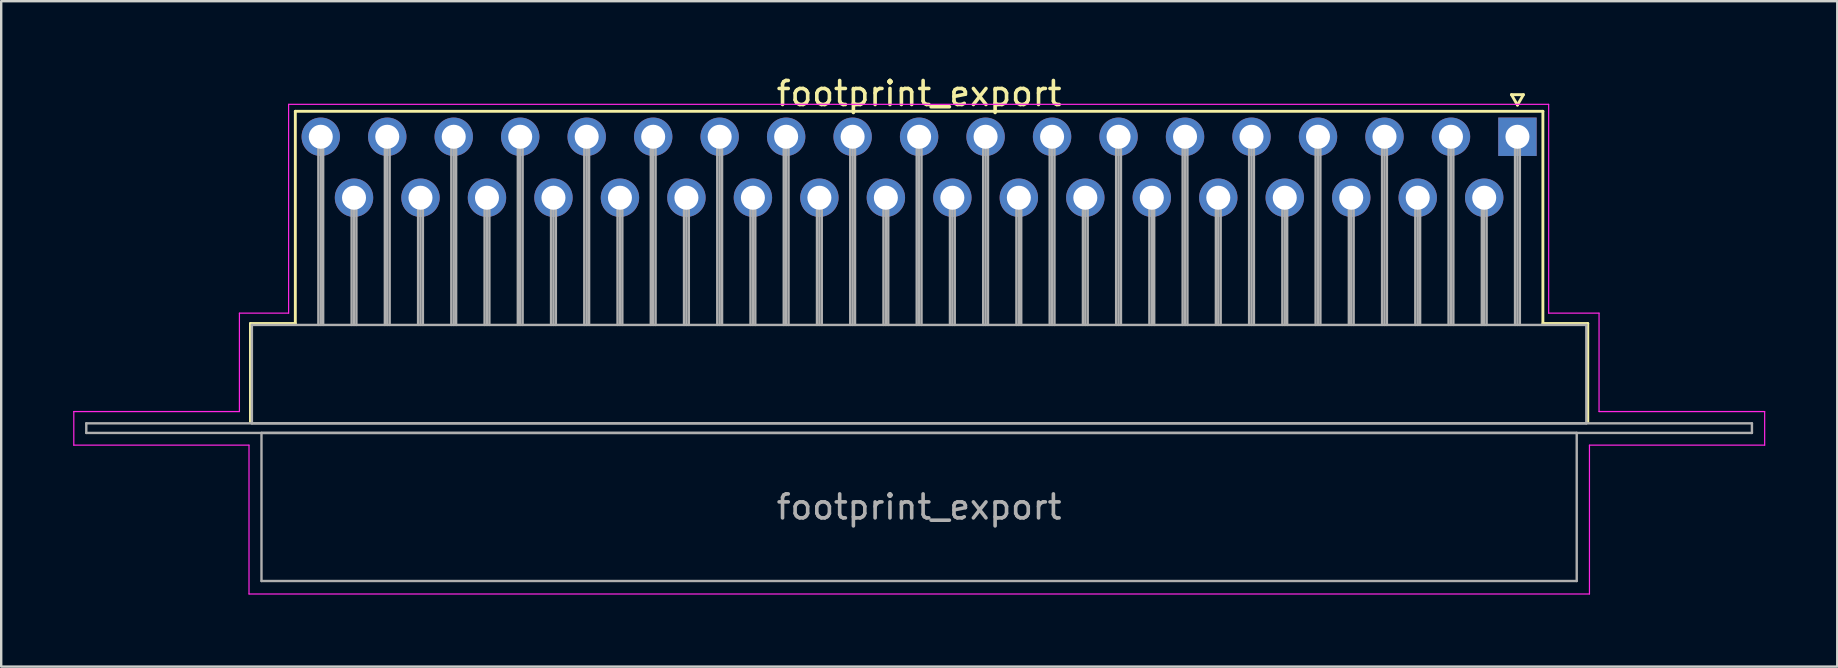
<source format=kicad_pcb>
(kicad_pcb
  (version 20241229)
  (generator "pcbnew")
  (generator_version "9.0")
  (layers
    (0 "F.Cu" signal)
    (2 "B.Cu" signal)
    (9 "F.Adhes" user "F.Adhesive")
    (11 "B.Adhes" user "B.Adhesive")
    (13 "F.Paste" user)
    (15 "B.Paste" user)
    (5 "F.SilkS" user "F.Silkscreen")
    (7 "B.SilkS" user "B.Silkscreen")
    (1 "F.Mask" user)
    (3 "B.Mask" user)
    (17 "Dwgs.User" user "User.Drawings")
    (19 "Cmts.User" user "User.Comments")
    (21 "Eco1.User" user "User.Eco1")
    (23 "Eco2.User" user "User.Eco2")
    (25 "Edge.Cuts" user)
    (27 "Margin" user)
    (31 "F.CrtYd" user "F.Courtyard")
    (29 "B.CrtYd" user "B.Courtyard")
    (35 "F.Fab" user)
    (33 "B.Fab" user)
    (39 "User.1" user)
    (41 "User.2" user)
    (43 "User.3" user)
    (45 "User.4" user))
  (footprint "footprint_export"
    (layer "F.Cu")
    (at 60.175 2.648)
    (property "Reference" "footprint_export" (at -24.93 -1.8 0) (layer "F.SilkS") (effects (font (size 1 1) (thickness 0.15))))
    (attr through_hole)
    (fp_line (start -52.79 7.78) (end -50.92 7.78) (stroke (width 0.12) (type solid)) (layer "F.SilkS"))
    (fp_line (start -52.79 11.88) (end -52.79 7.78) (stroke (width 0.12) (type solid)) (layer "F.SilkS"))
    (fp_line (start -50.92 -1.06) (end 1.06 -1.06) (stroke (width 0.12) (type solid)) (layer "F.SilkS"))
    (fp_line (start -50.92 7.78) (end -50.92 -1.06) (stroke (width 0.12) (type solid)) (layer "F.SilkS"))
    (fp_line (start -0.25 -1.754) (end 0.25 -1.754) (stroke (width 0.12) (type solid)) (layer "F.SilkS"))
    (fp_line (start 0 -1.321) (end -0.25 -1.754) (stroke (width 0.12) (type solid)) (layer "F.SilkS"))
    (fp_line (start 0.25 -1.754) (end 0 -1.321) (stroke (width 0.12) (type solid)) (layer "F.SilkS"))
    (fp_line (start 1.06 -1.06) (end 1.06 7.78) (stroke (width 0.12) (type solid)) (layer "F.SilkS"))
    (fp_line (start 1.06 7.78) (end 2.93 7.78) (stroke (width 0.12) (type solid)) (layer "F.SilkS"))
    (fp_line (start 2.93 7.78) (end 2.93 11.88) (stroke (width 0.12) (type solid)) (layer "F.SilkS"))
    (fp_line (start -60.15 11.45) (end -53.25 11.45) (stroke (width 0.05) (type solid)) (layer "F.CrtYd"))
    (fp_line (start -60.15 12.85) (end -60.15 11.45) (stroke (width 0.05) (type solid)) (layer "F.CrtYd"))
    (fp_line (start -53.25 7.35) (end -51.2 7.35) (stroke (width 0.05) (type solid)) (layer "F.CrtYd"))
    (fp_line (start -53.25 11.45) (end -53.25 7.35) (stroke (width 0.05) (type solid)) (layer "F.CrtYd"))
    (fp_line (start -52.85 12.85) (end -60.15 12.85) (stroke (width 0.05) (type solid)) (layer "F.CrtYd"))
    (fp_line (start -52.85 19.05) (end -52.85 12.85) (stroke (width 0.05) (type solid)) (layer "F.CrtYd"))
    (fp_line (start -51.2 -1.35) (end 1.3 -1.35) (stroke (width 0.05) (type solid)) (layer "F.CrtYd"))
    (fp_line (start -51.2 7.35) (end -51.2 -1.35) (stroke (width 0.05) (type solid)) (layer "F.CrtYd"))
    (fp_line (start 1.3 -1.35) (end 1.3 7.35) (stroke (width 0.05) (type solid)) (layer "F.CrtYd"))
    (fp_line (start 1.3 7.35) (end 3.4 7.35) (stroke (width 0.05) (type solid)) (layer "F.CrtYd"))
    (fp_line (start 3 12.85) (end 3 19.05) (stroke (width 0.05) (type solid)) (layer "F.CrtYd"))
    (fp_line (start 3 19.05) (end -52.85 19.05) (stroke (width 0.05) (type solid)) (layer "F.CrtYd"))
    (fp_line (start 3.4 7.35) (end 3.4 11.45) (stroke (width 0.05) (type solid)) (layer "F.CrtYd"))
    (fp_line (start 3.4 11.45) (end 10.3 11.45) (stroke (width 0.05) (type solid)) (layer "F.CrtYd"))
    (fp_line (start 10.3 11.45) (end 10.3 12.85) (stroke (width 0.05) (type solid)) (layer "F.CrtYd"))
    (fp_line (start 10.3 12.85) (end 3 12.85) (stroke (width 0.05) (type solid)) (layer "F.CrtYd"))
    (fp_line (start -59.63 11.94) (end -59.63 12.34) (stroke (width 0.1) (type solid)) (layer "F.Fab"))
    (fp_line (start -59.63 12.34) (end 9.77 12.34) (stroke (width 0.1) (type solid)) (layer "F.Fab"))
    (fp_line (start -52.73 7.84) (end -52.73 11.94) (stroke (width 0.1) (type solid)) (layer "F.Fab"))
    (fp_line (start -52.73 11.94) (end 2.87 11.94) (stroke (width 0.1) (type solid)) (layer "F.Fab"))
    (fp_line (start -52.33 12.34) (end -52.33 18.51) (stroke (width 0.1) (type solid)) (layer "F.Fab"))
    (fp_line (start -52.33 18.51) (end 2.47 18.51) (stroke (width 0.1) (type solid)) (layer "F.Fab"))
    (fp_line (start -49.96 0) (end -49.96 7.84) (stroke (width 0.1) (type solid)) (layer "F.Fab"))
    (fp_line (start -49.86 0) (end -49.86 7.84) (stroke (width 0.1) (type solid)) (layer "F.Fab"))
    (fp_line (start -49.76 0) (end -49.76 7.84) (stroke (width 0.1) (type solid)) (layer "F.Fab"))
    (fp_line (start -48.575 2.54) (end -48.575 7.84) (stroke (width 0.1) (type solid)) (layer "F.Fab"))
    (fp_line (start -48.475 2.54) (end -48.475 7.84) (stroke (width 0.1) (type solid)) (layer "F.Fab"))
    (fp_line (start -48.375 2.54) (end -48.375 7.84) (stroke (width 0.1) (type solid)) (layer "F.Fab"))
    (fp_line (start -47.19 0) (end -47.19 7.84) (stroke (width 0.1) (type solid)) (layer "F.Fab"))
    (fp_line (start -47.09 0) (end -47.09 7.84) (stroke (width 0.1) (type solid)) (layer "F.Fab"))
    (fp_line (start -46.99 0) (end -46.99 7.84) (stroke (width 0.1) (type solid)) (layer "F.Fab"))
    (fp_line (start -45.805 2.54) (end -45.805 7.84) (stroke (width 0.1) (type solid)) (layer "F.Fab"))
    (fp_line (start -45.705 2.54) (end -45.705 7.84) (stroke (width 0.1) (type solid)) (layer "F.Fab"))
    (fp_line (start -45.605 2.54) (end -45.605 7.84) (stroke (width 0.1) (type solid)) (layer "F.Fab"))
    (fp_line (start -44.42 0) (end -44.42 7.84) (stroke (width 0.1) (type solid)) (layer "F.Fab"))
    (fp_line (start -44.32 0) (end -44.32 7.84) (stroke (width 0.1) (type solid)) (layer "F.Fab"))
    (fp_line (start -44.22 0) (end -44.22 7.84) (stroke (width 0.1) (type solid)) (layer "F.Fab"))
    (fp_line (start -43.035 2.54) (end -43.035 7.84) (stroke (width 0.1) (type solid)) (layer "F.Fab"))
    (fp_line (start -42.935 2.54) (end -42.935 7.84) (stroke (width 0.1) (type solid)) (layer "F.Fab"))
    (fp_line (start -42.835 2.54) (end -42.835 7.84) (stroke (width 0.1) (type solid)) (layer "F.Fab"))
    (fp_line (start -41.65 0) (end -41.65 7.84) (stroke (width 0.1) (type solid)) (layer "F.Fab"))
    (fp_line (start -41.55 0) (end -41.55 7.84) (stroke (width 0.1) (type solid)) (layer "F.Fab"))
    (fp_line (start -41.45 0) (end -41.45 7.84) (stroke (width 0.1) (type solid)) (layer "F.Fab"))
    (fp_line (start -40.265 2.54) (end -40.265 7.84) (stroke (width 0.1) (type solid)) (layer "F.Fab"))
    (fp_line (start -40.165 2.54) (end -40.165 7.84) (stroke (width 0.1) (type solid)) (layer "F.Fab"))
    (fp_line (start -40.065 2.54) (end -40.065 7.84) (stroke (width 0.1) (type solid)) (layer "F.Fab"))
    (fp_line (start -38.88 0) (end -38.88 7.84) (stroke (width 0.1) (type solid)) (layer "F.Fab"))
    (fp_line (start -38.78 0) (end -38.78 7.84) (stroke (width 0.1) (type solid)) (layer "F.Fab"))
    (fp_line (start -38.68 0) (end -38.68 7.84) (stroke (width 0.1) (type solid)) (layer "F.Fab"))
    (fp_line (start -37.495 2.54) (end -37.495 7.84) (stroke (width 0.1) (type solid)) (layer "F.Fab"))
    (fp_line (start -37.395 2.54) (end -37.395 7.84) (stroke (width 0.1) (type solid)) (layer "F.Fab"))
    (fp_line (start -37.295 2.54) (end -37.295 7.84) (stroke (width 0.1) (type solid)) (layer "F.Fab"))
    (fp_line (start -36.11 0) (end -36.11 7.84) (stroke (width 0.1) (type solid)) (layer "F.Fab"))
    (fp_line (start -36.01 0) (end -36.01 7.84) (stroke (width 0.1) (type solid)) (layer "F.Fab"))
    (fp_line (start -35.91 0) (end -35.91 7.84) (stroke (width 0.1) (type solid)) (layer "F.Fab"))
    (fp_line (start -34.725 2.54) (end -34.725 7.84) (stroke (width 0.1) (type solid)) (layer "F.Fab"))
    (fp_line (start -34.625 2.54) (end -34.625 7.84) (stroke (width 0.1) (type solid)) (layer "F.Fab"))
    (fp_line (start -34.525 2.54) (end -34.525 7.84) (stroke (width 0.1) (type solid)) (layer "F.Fab"))
    (fp_line (start -33.34 0) (end -33.34 7.84) (stroke (width 0.1) (type solid)) (layer "F.Fab"))
    (fp_line (start -33.24 0) (end -33.24 7.84) (stroke (width 0.1) (type solid)) (layer "F.Fab"))
    (fp_line (start -33.14 0) (end -33.14 7.84) (stroke (width 0.1) (type solid)) (layer "F.Fab"))
    (fp_line (start -31.955 2.54) (end -31.955 7.84) (stroke (width 0.1) (type solid)) (layer "F.Fab"))
    (fp_line (start -31.855 2.54) (end -31.855 7.84) (stroke (width 0.1) (type solid)) (layer "F.Fab"))
    (fp_line (start -31.755 2.54) (end -31.755 7.84) (stroke (width 0.1) (type solid)) (layer "F.Fab"))
    (fp_line (start -30.57 0) (end -30.57 7.84) (stroke (width 0.1) (type solid)) (layer "F.Fab"))
    (fp_line (start -30.47 0) (end -30.47 7.84) (stroke (width 0.1) (type solid)) (layer "F.Fab"))
    (fp_line (start -30.37 0) (end -30.37 7.84) (stroke (width 0.1) (type solid)) (layer "F.Fab"))
    (fp_line (start -29.185 2.54) (end -29.185 7.84) (stroke (width 0.1) (type solid)) (layer "F.Fab"))
    (fp_line (start -29.085 2.54) (end -29.085 7.84) (stroke (width 0.1) (type solid)) (layer "F.Fab"))
    (fp_line (start -28.985 2.54) (end -28.985 7.84) (stroke (width 0.1) (type solid)) (layer "F.Fab"))
    (fp_line (start -27.8 0) (end -27.8 7.84) (stroke (width 0.1) (type solid)) (layer "F.Fab"))
    (fp_line (start -27.7 0) (end -27.7 7.84) (stroke (width 0.1) (type solid)) (layer "F.Fab"))
    (fp_line (start -27.6 0) (end -27.6 7.84) (stroke (width 0.1) (type solid)) (layer "F.Fab"))
    (fp_line (start -26.415 2.54) (end -26.415 7.84) (stroke (width 0.1) (type solid)) (layer "F.Fab"))
    (fp_line (start -26.315 2.54) (end -26.315 7.84) (stroke (width 0.1) (type solid)) (layer "F.Fab"))
    (fp_line (start -26.215 2.54) (end -26.215 7.84) (stroke (width 0.1) (type solid)) (layer "F.Fab"))
    (fp_line (start -25.03 0) (end -25.03 7.84) (stroke (width 0.1) (type solid)) (layer "F.Fab"))
    (fp_line (start -24.93 0) (end -24.93 7.84) (stroke (width 0.1) (type solid)) (layer "F.Fab"))
    (fp_line (start -24.83 0) (end -24.83 7.84) (stroke (width 0.1) (type solid)) (layer "F.Fab"))
    (fp_line (start -23.645 2.54) (end -23.645 7.84) (stroke (width 0.1) (type solid)) (layer "F.Fab"))
    (fp_line (start -23.545 2.54) (end -23.545 7.84) (stroke (width 0.1) (type solid)) (layer "F.Fab"))
    (fp_line (start -23.445 2.54) (end -23.445 7.84) (stroke (width 0.1) (type solid)) (layer "F.Fab"))
    (fp_line (start -22.26 0) (end -22.26 7.84) (stroke (width 0.1) (type solid)) (layer "F.Fab"))
    (fp_line (start -22.16 0) (end -22.16 7.84) (stroke (width 0.1) (type solid)) (layer "F.Fab"))
    (fp_line (start -22.06 0) (end -22.06 7.84) (stroke (width 0.1) (type solid)) (layer "F.Fab"))
    (fp_line (start -20.875 2.54) (end -20.875 7.84) (stroke (width 0.1) (type solid)) (layer "F.Fab"))
    (fp_line (start -20.775 2.54) (end -20.775 7.84) (stroke (width 0.1) (type solid)) (layer "F.Fab"))
    (fp_line (start -20.675 2.54) (end -20.675 7.84) (stroke (width 0.1) (type solid)) (layer "F.Fab"))
    (fp_line (start -19.49 0) (end -19.49 7.84) (stroke (width 0.1) (type solid)) (layer "F.Fab"))
    (fp_line (start -19.39 0) (end -19.39 7.84) (stroke (width 0.1) (type solid)) (layer "F.Fab"))
    (fp_line (start -19.29 0) (end -19.29 7.84) (stroke (width 0.1) (type solid)) (layer "F.Fab"))
    (fp_line (start -18.105 2.54) (end -18.105 7.84) (stroke (width 0.1) (type solid)) (layer "F.Fab"))
    (fp_line (start -18.005 2.54) (end -18.005 7.84) (stroke (width 0.1) (type solid)) (layer "F.Fab"))
    (fp_line (start -17.905 2.54) (end -17.905 7.84) (stroke (width 0.1) (type solid)) (layer "F.Fab"))
    (fp_line (start -16.72 0) (end -16.72 7.84) (stroke (width 0.1) (type solid)) (layer "F.Fab"))
    (fp_line (start -16.62 0) (end -16.62 7.84) (stroke (width 0.1) (type solid)) (layer "F.Fab"))
    (fp_line (start -16.52 0) (end -16.52 7.84) (stroke (width 0.1) (type solid)) (layer "F.Fab"))
    (fp_line (start -15.335 2.54) (end -15.335 7.84) (stroke (width 0.1) (type solid)) (layer "F.Fab"))
    (fp_line (start -15.235 2.54) (end -15.235 7.84) (stroke (width 0.1) (type solid)) (layer "F.Fab"))
    (fp_line (start -15.135 2.54) (end -15.135 7.84) (stroke (width 0.1) (type solid)) (layer "F.Fab"))
    (fp_line (start -13.95 0) (end -13.95 7.84) (stroke (width 0.1) (type solid)) (layer "F.Fab"))
    (fp_line (start -13.85 0) (end -13.85 7.84) (stroke (width 0.1) (type solid)) (layer "F.Fab"))
    (fp_line (start -13.75 0) (end -13.75 7.84) (stroke (width 0.1) (type solid)) (layer "F.Fab"))
    (fp_line (start -12.565 2.54) (end -12.565 7.84) (stroke (width 0.1) (type solid)) (layer "F.Fab"))
    (fp_line (start -12.465 2.54) (end -12.465 7.84) (stroke (width 0.1) (type solid)) (layer "F.Fab"))
    (fp_line (start -12.365 2.54) (end -12.365 7.84) (stroke (width 0.1) (type solid)) (layer "F.Fab"))
    (fp_line (start -11.18 0) (end -11.18 7.84) (stroke (width 0.1) (type solid)) (layer "F.Fab"))
    (fp_line (start -11.08 0) (end -11.08 7.84) (stroke (width 0.1) (type solid)) (layer "F.Fab"))
    (fp_line (start -10.98 0) (end -10.98 7.84) (stroke (width 0.1) (type solid)) (layer "F.Fab"))
    (fp_line (start -9.795 2.54) (end -9.795 7.84) (stroke (width 0.1) (type solid)) (layer "F.Fab"))
    (fp_line (start -9.695 2.54) (end -9.695 7.84) (stroke (width 0.1) (type solid)) (layer "F.Fab"))
    (fp_line (start -9.595 2.54) (end -9.595 7.84) (stroke (width 0.1) (type solid)) (layer "F.Fab"))
    (fp_line (start -8.41 0) (end -8.41 7.84) (stroke (width 0.1) (type solid)) (layer "F.Fab"))
    (fp_line (start -8.31 0) (end -8.31 7.84) (stroke (width 0.1) (type solid)) (layer "F.Fab"))
    (fp_line (start -8.21 0) (end -8.21 7.84) (stroke (width 0.1) (type solid)) (layer "F.Fab"))
    (fp_line (start -7.025 2.54) (end -7.025 7.84) (stroke (width 0.1) (type solid)) (layer "F.Fab"))
    (fp_line (start -6.925 2.54) (end -6.925 7.84) (stroke (width 0.1) (type solid)) (layer "F.Fab"))
    (fp_line (start -6.825 2.54) (end -6.825 7.84) (stroke (width 0.1) (type solid)) (layer "F.Fab"))
    (fp_line (start -5.64 0) (end -5.64 7.84) (stroke (width 0.1) (type solid)) (layer "F.Fab"))
    (fp_line (start -5.54 0) (end -5.54 7.84) (stroke (width 0.1) (type solid)) (layer "F.Fab"))
    (fp_line (start -5.44 0) (end -5.44 7.84) (stroke (width 0.1) (type solid)) (layer "F.Fab"))
    (fp_line (start -4.255 2.54) (end -4.255 7.84) (stroke (width 0.1) (type solid)) (layer "F.Fab"))
    (fp_line (start -4.155 2.54) (end -4.155 7.84) (stroke (width 0.1) (type solid)) (layer "F.Fab"))
    (fp_line (start -4.055 2.54) (end -4.055 7.84) (stroke (width 0.1) (type solid)) (layer "F.Fab"))
    (fp_line (start -2.87 0) (end -2.87 7.84) (stroke (width 0.1) (type solid)) (layer "F.Fab"))
    (fp_line (start -2.77 0) (end -2.77 7.84) (stroke (width 0.1) (type solid)) (layer "F.Fab"))
    (fp_line (start -2.67 0) (end -2.67 7.84) (stroke (width 0.1) (type solid)) (layer "F.Fab"))
    (fp_line (start -1.485 2.54) (end -1.485 7.84) (stroke (width 0.1) (type solid)) (layer "F.Fab"))
    (fp_line (start -1.385 2.54) (end -1.385 7.84) (stroke (width 0.1) (type solid)) (layer "F.Fab"))
    (fp_line (start -1.285 2.54) (end -1.285 7.84) (stroke (width 0.1) (type solid)) (layer "F.Fab"))
    (fp_line (start -0.1 0) (end -0.1 7.84) (stroke (width 0.1) (type solid)) (layer "F.Fab"))
    (fp_line (start 0 0) (end 0 7.84) (stroke (width 0.1) (type solid)) (layer "F.Fab"))
    (fp_line (start 0.1 0) (end 0.1 7.84) (stroke (width 0.1) (type solid)) (layer "F.Fab"))
    (fp_line (start 2.47 12.34) (end -52.33 12.34) (stroke (width 0.1) (type solid)) (layer "F.Fab"))
    (fp_line (start 2.47 18.51) (end 2.47 12.34) (stroke (width 0.1) (type solid)) (layer "F.Fab"))
    (fp_line (start 2.87 7.84) (end -52.73 7.84) (stroke (width 0.1) (type solid)) (layer "F.Fab"))
    (fp_line (start 2.87 11.94) (end 2.87 7.84) (stroke (width 0.1) (type solid)) (layer "F.Fab"))
    (fp_line (start 9.77 11.94) (end -59.63 11.94) (stroke (width 0.1) (type solid)) (layer "F.Fab"))
    (fp_line (start 9.77 12.34) (end 9.77 11.94) (stroke (width 0.1) (type solid)) (layer "F.Fab"))
    (fp_text user "${REFERENCE}" (at -24.93 15.425 0) (layer "F.Fab") (effects (font (size 1 1) (thickness 0.15))))
    (pad "1" thru_hole rect (at 0 0) (size 1.6 1.6) (drill 1) (layers "*.Cu" "*.Mask"))
    (pad "2" thru_hole circle (at -2.77 0) (size 1.6 1.6) (drill 1) (layers "*.Cu" "*.Mask"))
    (pad "3" thru_hole circle (at -5.54 0) (size 1.6 1.6) (drill 1) (layers "*.Cu" "*.Mask"))
    (pad "4" thru_hole circle (at -8.31 0) (size 1.6 1.6) (drill 1) (layers "*.Cu" "*.Mask"))
    (pad "5" thru_hole circle (at -11.08 0) (size 1.6 1.6) (drill 1) (layers "*.Cu" "*.Mask"))
    (pad "6" thru_hole circle (at -13.85 0) (size 1.6 1.6) (drill 1) (layers "*.Cu" "*.Mask"))
    (pad "7" thru_hole circle (at -16.62 0) (size 1.6 1.6) (drill 1) (layers "*.Cu" "*.Mask"))
    (pad "8" thru_hole circle (at -19.39 0) (size 1.6 1.6) (drill 1) (layers "*.Cu" "*.Mask"))
    (pad "9" thru_hole circle (at -22.16 0) (size 1.6 1.6) (drill 1) (layers "*.Cu" "*.Mask"))
    (pad "10" thru_hole circle (at -24.93 0) (size 1.6 1.6) (drill 1) (layers "*.Cu" "*.Mask"))
    (pad "11" thru_hole circle (at -27.7 0) (size 1.6 1.6) (drill 1) (layers "*.Cu" "*.Mask"))
    (pad "12" thru_hole circle (at -30.47 0) (size 1.6 1.6) (drill 1) (layers "*.Cu" "*.Mask"))
    (pad "13" thru_hole circle (at -33.24 0) (size 1.6 1.6) (drill 1) (layers "*.Cu" "*.Mask"))
    (pad "14" thru_hole circle (at -36.01 0) (size 1.6 1.6) (drill 1) (layers "*.Cu" "*.Mask"))
    (pad "15" thru_hole circle (at -38.78 0) (size 1.6 1.6) (drill 1) (layers "*.Cu" "*.Mask"))
    (pad "16" thru_hole circle (at -41.55 0) (size 1.6 1.6) (drill 1) (layers "*.Cu" "*.Mask"))
    (pad "17" thru_hole circle (at -44.32 0) (size 1.6 1.6) (drill 1) (layers "*.Cu" "*.Mask"))
    (pad "18" thru_hole circle (at -47.09 0) (size 1.6 1.6) (drill 1) (layers "*.Cu" "*.Mask"))
    (pad "19" thru_hole circle (at -49.86 0) (size 1.6 1.6) (drill 1) (layers "*.Cu" "*.Mask"))
    (pad "20" thru_hole circle (at -1.385 2.54) (size 1.6 1.6) (drill 1) (layers "*.Cu" "*.Mask"))
    (pad "21" thru_hole circle (at -4.155 2.54) (size 1.6 1.6) (drill 1) (layers "*.Cu" "*.Mask"))
    (pad "22" thru_hole circle (at -6.925 2.54) (size 1.6 1.6) (drill 1) (layers "*.Cu" "*.Mask"))
    (pad "23" thru_hole circle (at -9.695 2.54) (size 1.6 1.6) (drill 1) (layers "*.Cu" "*.Mask"))
    (pad "24" thru_hole circle (at -12.465 2.54) (size 1.6 1.6) (drill 1) (layers "*.Cu" "*.Mask"))
    (pad "25" thru_hole circle (at -15.235 2.54) (size 1.6 1.6) (drill 1) (layers "*.Cu" "*.Mask"))
    (pad "26" thru_hole circle (at -18.005 2.54) (size 1.6 1.6) (drill 1) (layers "*.Cu" "*.Mask"))
    (pad "27" thru_hole circle (at -20.775 2.54) (size 1.6 1.6) (drill 1) (layers "*.Cu" "*.Mask"))
    (pad "28" thru_hole circle (at -23.545 2.54) (size 1.6 1.6) (drill 1) (layers "*.Cu" "*.Mask"))
    (pad "29" thru_hole circle (at -26.315 2.54) (size 1.6 1.6) (drill 1) (layers "*.Cu" "*.Mask"))
    (pad "30" thru_hole circle (at -29.085 2.54) (size 1.6 1.6) (drill 1) (layers "*.Cu" "*.Mask"))
    (pad "31" thru_hole circle (at -31.855 2.54) (size 1.6 1.6) (drill 1) (layers "*.Cu" "*.Mask"))
    (pad "32" thru_hole circle (at -34.625 2.54) (size 1.6 1.6) (drill 1) (layers "*.Cu" "*.Mask"))
    (pad "33" thru_hole circle (at -37.395 2.54) (size 1.6 1.6) (drill 1) (layers "*.Cu" "*.Mask"))
    (pad "34" thru_hole circle (at -40.165 2.54) (size 1.6 1.6) (drill 1) (layers "*.Cu" "*.Mask"))
    (pad "35" thru_hole circle (at -42.935 2.54) (size 1.6 1.6) (drill 1) (layers "*.Cu" "*.Mask"))
    (pad "36" thru_hole circle (at -45.705 2.54) (size 1.6 1.6) (drill 1) (layers "*.Cu" "*.Mask"))
    (pad "37" thru_hole circle (at -48.475 2.54) (size 1.6 1.6) (drill 1) (layers "*.Cu" "*.Mask")))
  (gr_rect
    (start -3 -3)
    (end 73.5 24.723)
    (stroke (width 0.1) (type default))
    (fill no)
    (layer "Edge.Cuts")))
</source>
